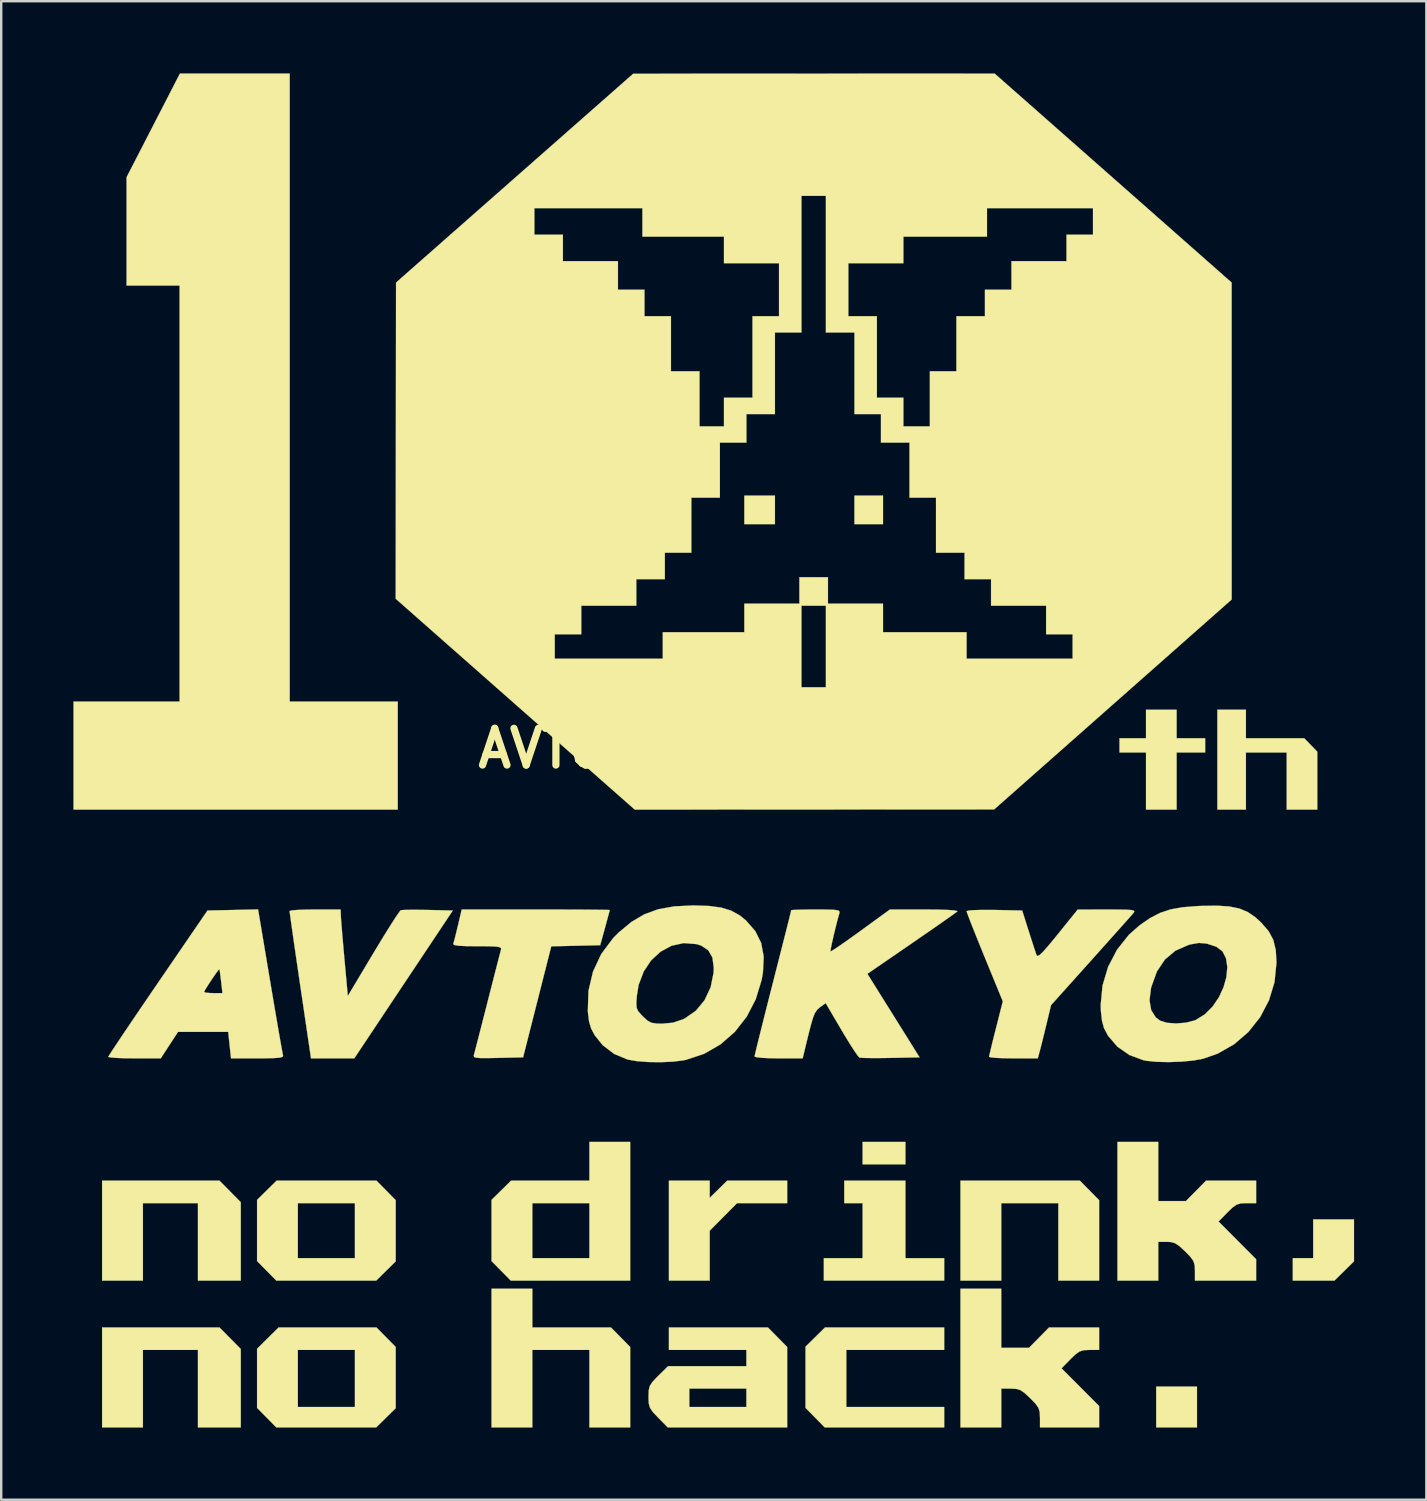
<source format=kicad_pcb>
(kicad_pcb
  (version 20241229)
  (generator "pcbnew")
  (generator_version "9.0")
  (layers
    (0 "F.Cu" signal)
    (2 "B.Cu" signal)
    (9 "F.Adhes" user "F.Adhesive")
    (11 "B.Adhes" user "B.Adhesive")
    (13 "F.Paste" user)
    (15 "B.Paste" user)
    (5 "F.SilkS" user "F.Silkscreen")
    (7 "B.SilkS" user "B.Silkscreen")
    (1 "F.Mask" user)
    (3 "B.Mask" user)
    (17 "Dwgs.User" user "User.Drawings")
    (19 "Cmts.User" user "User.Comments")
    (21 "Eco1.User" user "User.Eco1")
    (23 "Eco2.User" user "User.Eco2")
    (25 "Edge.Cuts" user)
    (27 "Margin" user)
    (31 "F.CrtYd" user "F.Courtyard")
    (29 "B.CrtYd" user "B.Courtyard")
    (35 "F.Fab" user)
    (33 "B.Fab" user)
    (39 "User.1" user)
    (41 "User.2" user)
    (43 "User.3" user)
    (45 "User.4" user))
  (footprint "AVTOKYO_10TH"
    (layer "F.Cu")
    (at 25.151 28.03)
    (property "Reference" "AVTOKYO_10TH" (at 0 0 0) (layer "F.SilkS") (effects (font (size 1.524 1.524) (thickness 0.3))))
    (attr through_hole)
    (fp_poly (pts (xy 3.979 -9.313) (xy 2.709 -9.313) (xy 2.709 -10.499) (xy 3.979 -10.499) (xy 3.979 -9.313)) (stroke (width 0.01) (type solid)) (fill yes) (layer "F.SilkS"))
    (fp_poly (pts (xy 8.467 -9.313) (xy 7.281 -9.313) (xy 7.281 -10.499) (xy 8.467 -10.499) (xy 8.467 -9.313)) (stroke (width 0.01) (type solid)) (fill yes) (layer "F.SilkS"))
    (fp_poly (pts (xy 9.398 17.272) (xy 7.62 17.272) (xy 7.62 16.341) (xy 9.398 16.341) (xy 9.398 17.272)) (stroke (width 0.01) (type solid)) (fill yes) (layer "F.SilkS"))
    (fp_poly (pts (xy 21.505 28.194) (xy 19.812 28.194) (xy 19.812 26.501) (xy 21.505 26.501) (xy 21.505 28.194)) (stroke (width 0.01) (type solid)) (fill yes) (layer "F.SilkS"))
    (fp_poly (pts (xy 28.025 21.3) (xy 27.215 22.098) (xy 25.485 22.098) (xy 25.485 21.167) (xy 26.331 21.167) (xy 26.331 19.558) (xy 28.025 19.558) (xy 28.025 21.3)) (stroke (width 0.01) (type solid)) (fill yes) (layer "F.SilkS"))
    (fp_poly (pts (xy 17.441 18.759) (xy 17.441 22.098) (xy 15.748 22.098) (xy 15.748 18.881) (xy 13.377 18.881) (xy 13.377 22.098) (xy 11.684 22.098) (xy 11.684 17.949) (xy 16.643 17.949) (xy 17.441 18.759)) (stroke (width 0.01) (type solid)) (fill yes) (layer "F.SilkS"))
    (fp_poly (pts (xy -18.645 18.396) (xy -18.203 18.844) (xy -18.203 22.098) (xy -19.981 22.098) (xy -19.981 18.881) (xy -22.267 18.881) (xy -22.267 22.098) (xy -23.961 22.098) (xy -23.961 17.949) (xy -19.087 17.949) (xy -18.645 18.396)) (stroke (width 0.01) (type solid)) (fill yes) (layer "F.SilkS"))
    (fp_poly (pts (xy -18.645 24.492) (xy -18.203 24.94) (xy -18.203 28.194) (xy -19.981 28.194) (xy -19.981 24.977) (xy -22.267 24.977) (xy -22.267 28.194) (xy -23.961 28.194) (xy -23.961 24.045) (xy -19.087 24.045) (xy -18.645 24.492)) (stroke (width 0.01) (type solid)) (fill yes) (layer "F.SilkS"))
    (fp_poly (pts (xy 9.398 21.167) (xy 11.007 21.167) (xy 11.007 22.098) (xy 6.011 22.098) (xy 6.011 21.167) (xy 7.62 21.167) (xy 7.62 18.881) (xy 6.858 18.881) (xy 6.858 17.949) (xy 9.398 17.949) (xy 9.398 21.167)) (stroke (width 0.01) (type solid)) (fill yes) (layer "F.SilkS"))
    (fp_poly (pts (xy 11.007 24.977) (xy 6.943 24.977) (xy 6.943 27.347) (xy 11.007 27.347) (xy 11.007 28.194) (xy 6.047 28.194) (xy 5.249 27.384) (xy 5.249 24.843) (xy 6.059 24.045) (xy 11.007 24.045) (xy 11.007 24.977)) (stroke (width 0.01) (type solid)) (fill yes) (layer "F.SilkS"))
    (fp_poly (pts (xy -6.096 24.045) (xy -2.83 24.045) (xy -2.032 24.855) (xy -2.032 28.194) (xy -3.725 28.194) (xy -3.725 24.977) (xy -6.096 24.977) (xy -6.096 28.194) (xy -7.789 28.194) (xy -7.789 22.437) (xy -6.096 22.437) (xy -6.096 24.045)) (stroke (width 0.01) (type solid)) (fill yes) (layer "F.SilkS"))
    (fp_poly (pts (xy 1.27 18.662) (xy 1.996 17.949) (xy 4.487 17.949) (xy 4.487 18.881) (xy 2.408 18.881) (xy 1.839 19.454) (xy 1.27 20.028) (xy 1.27 22.098) (xy -0.423 22.098) (xy -0.423 17.949) (xy 1.27 17.949) (xy 1.27 18.662)) (stroke (width 0.01) (type solid)) (fill yes) (layer "F.SilkS"))
    (fp_poly (pts (xy 23.537 -0.423) (xy 25.959 -0.423) (xy 26.501 0.135) (xy 26.501 2.54) (xy 25.231 2.54) (xy 25.231 0.169) (xy 23.537 0.169) (xy 23.537 2.54) (xy 22.352 2.54) (xy 22.352 -1.609) (xy 23.537 -1.609) (xy 23.537 -0.423)) (stroke (width 0.01) (type solid)) (fill yes) (layer "F.SilkS"))
    (fp_poly (pts (xy -16.171 -1.947) (xy -11.684 -1.947) (xy -11.684 2.54) (xy -25.146 2.54) (xy -25.146 -1.947) (xy -20.743 -1.947) (xy -20.743 -19.219) (xy -22.945 -19.219) (xy -22.945 -23.72) (xy -21.837 -25.872) (xy -20.73 -28.025) (xy -16.171 -28.025) (xy -16.171 -1.947)) (stroke (width 0.01) (type solid)) (fill yes) (layer "F.SilkS"))
    (fp_poly (pts (xy 20.659 -0.423) (xy 21.844 -0.423) (xy 21.844 0.169) (xy 20.659 0.169) (xy 20.659 2.54) (xy 19.389 2.54) (xy 19.389 0.169) (xy 18.288 0.169) (xy 18.288 -0.423) (xy 19.389 -0.423) (xy 19.389 -1.609) (xy 20.659 -1.609) (xy 20.659 -0.423)) (stroke (width 0.01) (type solid)) (fill yes) (layer "F.SilkS"))
    (fp_poly (pts (xy -11.769 18.759) (xy -11.769 21.3) (xy -12.579 22.098) (xy -16.728 22.098) (xy -17.526 21.288) (xy -17.526 18.881) (xy -15.833 18.881) (xy -15.833 21.167) (xy -13.462 21.167) (xy -13.462 18.881) (xy -15.833 18.881) (xy -17.526 18.881) (xy -17.526 18.747) (xy -16.716 17.949) (xy -12.567 17.949) (xy -11.769 18.759)) (stroke (width 0.01) (type solid)) (fill yes) (layer "F.SilkS"))
    (fp_poly (pts (xy -11.769 24.855) (xy -11.769 27.396) (xy -12.579 28.194) (xy -16.728 28.194) (xy -17.526 27.384) (xy -17.526 24.977) (xy -15.833 24.977) (xy -15.833 27.347) (xy -13.462 27.347) (xy -13.462 24.977) (xy -15.833 24.977) (xy -17.526 24.977) (xy -17.526 24.929) (xy -17.079 24.487) (xy -16.632 24.045) (xy -12.567 24.045) (xy -11.769 24.855)) (stroke (width 0.01) (type solid)) (fill yes) (layer "F.SilkS"))
    (fp_poly (pts (xy -2.032 22.098) (xy -6.991 22.098) (xy -7.39 21.693) (xy -7.789 21.288) (xy -7.789 18.881) (xy -6.096 18.881) (xy -6.096 21.167) (xy -3.725 21.167) (xy -3.725 18.881) (xy -6.096 18.881) (xy -7.789 18.881) (xy -7.789 18.747) (xy -7.384 18.348) (xy -6.979 17.949) (xy -3.725 17.949) (xy -3.725 16.341) (xy -2.032 16.341) (xy -2.032 22.098)) (stroke (width 0.01) (type solid)) (fill yes) (layer "F.SilkS"))
    (fp_poly (pts (xy 4.487 24.855) (xy 4.487 28.194) (xy -0.472 28.194) (xy -0.871 27.789) (xy -1.086 27.561) (xy -1.205 27.389) (xy -1.258 27.213) (xy -1.27 26.972) (xy -1.27 26.918) (xy -1.262 26.66) (xy -1.245 26.585) (xy 0.423 26.585) (xy 0.423 27.347) (xy 2.794 27.347) (xy 2.794 26.585) (xy 0.423 26.585) (xy -1.245 26.585) (xy -1.22 26.479) (xy -1.115 26.315) (xy -0.921 26.108) (xy -0.865 26.053) (xy -0.46 25.654) (xy 2.794 25.654) (xy 2.794 24.977) (xy -0.423 24.977) (xy -0.423 24.045) (xy 3.689 24.045) (xy 4.487 24.855)) (stroke (width 0.01) (type solid)) (fill yes) (layer "F.SilkS"))
    (fp_poly (pts (xy 13.377 24.892) (xy 14.527 24.892) (xy 14.944 24.469) (xy 15.361 24.045) (xy 17.441 24.045) (xy 17.441 24.977) (xy 17.036 24.977) (xy 16.797 24.989) (xy 16.621 25.045) (xy 16.444 25.174) (xy 16.255 25.359) (xy 15.88 25.741) (xy 16.661 26.524) (xy 17.441 27.308) (xy 17.441 28.194) (xy 14.986 28.194) (xy 14.986 27.789) (xy 14.975 27.558) (xy 14.923 27.384) (xy 14.801 27.212) (xy 14.582 26.985) (xy 14.581 26.984) (xy 14.348 26.767) (xy 14.171 26.646) (xy 13.994 26.595) (xy 13.777 26.585) (xy 13.377 26.585) (xy 13.377 28.194) (xy 11.684 28.194) (xy 11.684 22.437) (xy 13.377 22.437) (xy 13.377 24.892)) (stroke (width 0.01) (type solid)) (fill yes) (layer "F.SilkS"))
    (fp_poly (pts (xy 19.897 18.796) (xy 21.046 18.796) (xy 21.463 18.373) (xy 21.88 17.949) (xy 23.961 17.949) (xy 23.961 18.881) (xy 23.555 18.881) (xy 23.317 18.893) (xy 23.14 18.949) (xy 22.964 19.078) (xy 22.774 19.263) (xy 22.4 19.645) (xy 23.18 20.428) (xy 23.961 21.212) (xy 23.961 22.098) (xy 21.421 22.098) (xy 21.421 21.693) (xy 21.41 21.462) (xy 21.358 21.288) (xy 21.236 21.116) (xy 21.016 20.889) (xy 21.016 20.888) (xy 20.778 20.668) (xy 20.596 20.547) (xy 20.416 20.497) (xy 20.254 20.489) (xy 19.897 20.489) (xy 19.897 22.098) (xy 18.203 22.098) (xy 18.203 16.341) (xy 19.897 16.341) (xy 19.897 18.796)) (stroke (width 0.01) (type solid)) (fill yes) (layer "F.SilkS"))
    (fp_poly (pts (xy -14.049 6.921) (xy -14.04 7.079) (xy -14.017 7.373) (xy -13.984 7.772) (xy -13.943 8.245) (xy -13.901 8.717) (xy -13.758 10.281) (xy -12.705 8.518) (xy -12.408 8.026) (xy -12.136 7.584) (xy -11.901 7.212) (xy -11.717 6.931) (xy -11.597 6.761) (xy -11.557 6.719) (xy -11.44 6.707) (xy -11.19 6.701) (xy -10.844 6.701) (xy -10.438 6.707) (xy -10.431 6.707) (xy -9.398 6.731) (xy -11.444 9.8) (xy -13.489 12.869) (xy -15.286 12.869) (xy -15.733 9.842) (xy -15.835 9.146) (xy -15.929 8.502) (xy -16.012 7.931) (xy -16.08 7.451) (xy -16.132 7.082) (xy -16.165 6.842) (xy -16.175 6.752) (xy -16.094 6.728) (xy -15.876 6.708) (xy -15.554 6.694) (xy -15.158 6.689) (xy -15.113 6.689) (xy -14.055 6.689) (xy -14.049 6.921)) (stroke (width 0.01) (type solid)) (fill yes) (layer "F.SilkS"))
    (fp_poly (pts (xy -5.251 6.689) (xy -4.605 6.691) (xy -4.034 6.693) (xy -3.557 6.697) (xy -3.194 6.701) (xy -2.962 6.705) (xy -2.88 6.71) (xy -2.88 6.71) (xy -2.901 6.795) (xy -2.958 7.006) (xy -3.038 7.303) (xy -3.079 7.451) (xy -3.277 8.17) (xy -4.293 8.194) (xy -5.309 8.218) (xy -6.479 12.827) (xy -7.522 12.851) (xy -7.957 12.859) (xy -8.249 12.858) (xy -8.424 12.844) (xy -8.508 12.815) (xy -8.528 12.766) (xy -8.52 12.724) (xy -8.487 12.602) (xy -8.419 12.341) (xy -8.322 11.964) (xy -8.202 11.497) (xy -8.065 10.962) (xy -7.958 10.541) (xy -7.813 9.973) (xy -7.68 9.454) (xy -7.566 9.008) (xy -7.476 8.661) (xy -7.417 8.435) (xy -7.397 8.361) (xy -7.393 8.299) (xy -7.439 8.257) (xy -7.563 8.231) (xy -7.79 8.218) (xy -8.146 8.213) (xy -8.385 8.213) (xy -8.837 8.209) (xy -9.139 8.195) (xy -9.313 8.169) (xy -9.377 8.13) (xy -9.376 8.107) (xy -9.339 7.978) (xy -9.276 7.732) (xy -9.2 7.418) (xy -9.182 7.345) (xy -9.028 6.689) (xy -5.954 6.689) (xy -5.251 6.689)) (stroke (width 0.01) (type solid)) (fill yes) (layer "F.SilkS"))
    (fp_poly (pts (xy -16.983 9.671) (xy -16.866 10.364) (xy -16.757 11.006) (xy -16.659 11.577) (xy -16.575 12.059) (xy -16.509 12.43) (xy -16.464 12.672) (xy -16.445 12.764) (xy -16.468 12.809) (xy -16.591 12.84) (xy -16.831 12.859) (xy -17.208 12.868) (xy -17.507 12.869) (xy -18.607 12.869) (xy -18.666 12.319) (xy -18.725 11.769) (xy -20.808 11.769) (xy -21.525 12.869) (xy -22.616 12.869) (xy -23.023 12.865) (xy -23.361 12.852) (xy -23.598 12.833) (xy -23.702 12.81) (xy -23.704 12.806) (xy -23.657 12.725) (xy -23.524 12.519) (xy -23.315 12.203) (xy -23.039 11.791) (xy -22.706 11.298) (xy -22.327 10.739) (xy -21.911 10.128) (xy -21.903 10.116) (xy -19.727 10.116) (xy -19.652 10.142) (xy -19.46 10.158) (xy -19.346 10.16) (xy -18.964 10.16) (xy -19.019 9.673) (xy -19.051 9.407) (xy -19.078 9.222) (xy -19.091 9.164) (xy -19.142 9.215) (xy -19.253 9.367) (xy -19.396 9.575) (xy -19.541 9.796) (xy -19.66 9.986) (xy -19.723 10.103) (xy -19.727 10.116) (xy -21.903 10.116) (xy -21.643 9.737) (xy -19.585 6.731) (xy -18.534 6.708) (xy -17.484 6.684) (xy -16.983 9.671)) (stroke (width 0.01) (type solid)) (fill yes) (layer "F.SilkS"))
    (fp_poly (pts (xy 18.244 6.691) (xy 18.572 6.696) (xy 18.776 6.71) (xy 18.879 6.734) (xy 18.905 6.771) (xy 18.874 6.825) (xy 18.87 6.83) (xy 18.785 6.928) (xy 18.603 7.134) (xy 18.337 7.432) (xy 18.005 7.804) (xy 17.621 8.233) (xy 17.201 8.703) (xy 17.099 8.816) (xy 15.444 10.661) (xy 15.245 11.49) (xy 15.151 11.877) (xy 15.063 12.231) (xy 14.994 12.501) (xy 14.969 12.594) (xy 14.893 12.869) (xy 13.881 12.869) (xy 13.49 12.864) (xy 13.17 12.851) (xy 12.952 12.831) (xy 12.871 12.806) (xy 12.871 12.806) (xy 12.892 12.705) (xy 12.947 12.471) (xy 13.028 12.138) (xy 13.129 11.737) (xy 13.158 11.622) (xy 13.442 10.502) (xy 12.69 8.668) (xy 12.477 8.146) (xy 12.288 7.675) (xy 12.131 7.279) (xy 12.015 6.979) (xy 11.949 6.8) (xy 11.938 6.759) (xy 12.018 6.733) (xy 12.236 6.715) (xy 12.562 6.705) (xy 12.965 6.705) (xy 13.093 6.707) (xy 14.247 6.731) (xy 14.516 7.581) (xy 14.634 7.95) (xy 14.738 8.27) (xy 14.814 8.5) (xy 14.843 8.584) (xy 14.885 8.619) (xy 14.968 8.58) (xy 15.105 8.451) (xy 15.311 8.22) (xy 15.599 7.872) (xy 15.727 7.714) (xy 16.552 6.691) (xy 17.769 6.69) (xy 18.244 6.691)) (stroke (width 0.01) (type solid)) (fill yes) (layer "F.SilkS"))
    (fp_poly (pts (xy 1.24 6.541) (xy 1.752 6.61) (xy 2.167 6.738) (xy 2.521 6.935) (xy 2.773 7.139) (xy 3.163 7.584) (xy 3.408 8.081) (xy 3.513 8.646) (xy 3.482 9.295) (xy 3.428 9.61) (xy 3.183 10.414) (xy 2.807 11.139) (xy 2.314 11.769) (xy 1.72 12.288) (xy 1.041 12.68) (xy 0.291 12.929) (xy 0.179 12.952) (xy -0.249 13.006) (xy -0.755 13.029) (xy -1.278 13.022) (xy -1.757 12.985) (xy -2.133 12.92) (xy -2.144 12.917) (xy -2.698 12.686) (xy -3.176 12.321) (xy -3.503 11.913) (xy -3.652 11.632) (xy -3.739 11.342) (xy -3.785 10.969) (xy -3.79 10.898) (xy -3.78 10.578) (xy -1.776 10.578) (xy -1.763 10.77) (xy -1.7 10.912) (xy -1.569 11.063) (xy -1.501 11.131) (xy -1.315 11.302) (xy -1.148 11.391) (xy -0.934 11.425) (xy -0.702 11.43) (xy -0.253 11.389) (xy 0.159 11.249) (xy 0.24 11.21) (xy 0.699 10.89) (xy 1.061 10.449) (xy 1.31 9.916) (xy 1.431 9.319) (xy 1.439 9.105) (xy 1.384 8.684) (xy 1.211 8.381) (xy 0.914 8.185) (xy 0.72 8.125) (xy 0.192 8.082) (xy -0.31 8.192) (xy -0.768 8.437) (xy -1.162 8.8) (xy -1.472 9.265) (xy -1.68 9.814) (xy -1.756 10.276) (xy -1.776 10.578) (xy -3.78 10.578) (xy -3.763 10.061) (xy -3.576 9.27) (xy -3.234 8.538) (xy -2.743 7.88) (xy -2.506 7.64) (xy -1.979 7.204) (xy -1.443 6.887) (xy -0.861 6.676) (xy -0.198 6.558) (xy 0.583 6.52) (xy 0.598 6.52) (xy 1.24 6.541)) (stroke (width 0.01) (type solid)) (fill yes) (layer "F.SilkS"))
    (fp_poly (pts (xy 22.851 6.563) (xy 23.265 6.648) (xy 23.613 6.793) (xy 23.926 7.007) (xy 24.175 7.235) (xy 24.482 7.592) (xy 24.677 7.957) (xy 24.778 8.38) (xy 24.806 8.9) (xy 24.725 9.704) (xy 24.493 10.464) (xy 24.127 11.16) (xy 23.64 11.774) (xy 23.047 12.285) (xy 22.364 12.674) (xy 21.766 12.883) (xy 21.361 12.959) (xy 20.862 13.006) (xy 20.328 13.025) (xy 19.82 13.013) (xy 19.398 12.97) (xy 19.282 12.947) (xy 18.697 12.73) (xy 18.2 12.385) (xy 17.813 11.933) (xy 17.645 11.617) (xy 17.561 11.311) (xy 17.514 10.891) (xy 17.507 10.648) (xy 17.525 10.46) (xy 19.534 10.46) (xy 19.603 10.865) (xy 19.796 11.172) (xy 19.978 11.306) (xy 20.264 11.394) (xy 20.641 11.421) (xy 21.041 11.389) (xy 21.397 11.299) (xy 21.463 11.272) (xy 21.836 11.038) (xy 22.156 10.716) (xy 22.416 10.333) (xy 22.609 9.914) (xy 22.728 9.488) (xy 22.765 9.08) (xy 22.713 8.718) (xy 22.565 8.428) (xy 22.314 8.236) (xy 22.292 8.228) (xy 21.911 8.104) (xy 21.585 8.076) (xy 21.232 8.137) (xy 21.151 8.16) (xy 20.609 8.398) (xy 20.173 8.765) (xy 19.841 9.263) (xy 19.612 9.895) (xy 19.594 9.969) (xy 19.534 10.46) (xy 17.525 10.46) (xy 17.584 9.844) (xy 17.814 9.073) (xy 18.183 8.361) (xy 18.679 7.737) (xy 19.112 7.353) (xy 19.546 7.051) (xy 19.96 6.834) (xy 20.398 6.686) (xy 20.905 6.595) (xy 21.525 6.546) (xy 21.69 6.539) (xy 22.337 6.53) (xy 22.851 6.563)) (stroke (width 0.01) (type solid)) (fill yes) (layer "F.SilkS"))
    (fp_poly (pts (xy 10.741 6.693) (xy 11.157 6.706) (xy 11.431 6.726) (xy 11.551 6.754) (xy 11.553 6.769) (xy 11.464 6.836) (xy 11.254 6.986) (xy 10.944 7.205) (xy 10.552 7.478) (xy 10.097 7.792) (xy 9.645 8.104) (xy 7.818 9.359) (xy 8.902 11.093) (xy 9.985 12.827) (xy 8.785 12.851) (xy 8.346 12.857) (xy 7.965 12.857) (xy 7.676 12.852) (xy 7.511 12.842) (xy 7.489 12.837) (xy 7.414 12.754) (xy 7.273 12.551) (xy 7.082 12.254) (xy 6.859 11.889) (xy 6.74 11.689) (xy 6.088 10.577) (xy 5.846 10.749) (xy 5.736 10.846) (xy 5.645 10.978) (xy 5.562 11.178) (xy 5.473 11.48) (xy 5.367 11.895) (xy 5.13 12.869) (xy 4.131 12.869) (xy 3.743 12.863) (xy 3.425 12.847) (xy 3.21 12.822) (xy 3.133 12.793) (xy 3.153 12.696) (xy 3.211 12.453) (xy 3.301 12.085) (xy 3.42 11.609) (xy 3.562 11.044) (xy 3.722 10.409) (xy 3.895 9.732) (xy 4.069 9.049) (xy 4.229 8.42) (xy 4.371 7.862) (xy 4.489 7.395) (xy 4.579 7.036) (xy 4.636 6.804) (xy 4.657 6.718) (xy 4.657 6.718) (xy 4.736 6.707) (xy 4.952 6.698) (xy 5.272 6.691) (xy 5.663 6.689) (xy 5.678 6.689) (xy 6.109 6.691) (xy 6.396 6.699) (xy 6.567 6.718) (xy 6.647 6.752) (xy 6.663 6.804) (xy 6.656 6.837) (xy 6.58 7.109) (xy 6.498 7.433) (xy 6.417 7.768) (xy 6.348 8.073) (xy 6.301 8.305) (xy 6.285 8.424) (xy 6.287 8.432) (xy 6.361 8.394) (xy 6.55 8.271) (xy 6.83 8.079) (xy 7.18 7.831) (xy 7.535 7.575) (xy 8.753 6.689) (xy 10.193 6.689) (xy 10.741 6.693)) (stroke (width 0.01) (type solid)) (fill yes) (layer "F.SilkS"))
    (fp_poly (pts (xy 18.023 -23.686) (xy 22.944 -19.346) (xy 22.945 -6.185) (xy 18.013 -1.826) (xy 13.081 2.533) (xy -1.842 2.54) (xy -6.805 -1.838) (xy -10.097 -4.741) (xy -5.165 -4.741) (xy -5.165 -3.725) (xy -0.677 -3.725) (xy -0.677 -4.826) (xy 2.709 -4.826) (xy 2.709 -5.927) (xy 5.08 -5.927) (xy 5.08 -2.54) (xy 6.096 -2.54) (xy 6.096 -5.927) (xy 5.08 -5.927) (xy 2.709 -5.927) (xy 2.709 -6.011) (xy 4.995 -6.011) (xy 4.995 -7.112) (xy 6.181 -7.112) (xy 6.181 -6.011) (xy 8.467 -6.011) (xy 8.467 -4.826) (xy 11.938 -4.826) (xy 11.938 -3.725) (xy 16.341 -3.725) (xy 16.341 -4.741) (xy 15.24 -4.741) (xy 15.24 -5.927) (xy 12.954 -5.927) (xy 12.954 -7.027) (xy 11.853 -7.027) (xy 11.853 -8.128) (xy 10.668 -8.128) (xy 10.668 -10.414) (xy 9.567 -10.414) (xy 9.567 -12.7) (xy 8.382 -12.7) (xy 8.382 -13.885) (xy 7.281 -13.885) (xy 7.281 -17.272) (xy 6.096 -17.272) (xy 6.096 -20.151) (xy 7.027 -20.151) (xy 7.027 -17.949) (xy 8.213 -17.949) (xy 8.213 -14.563) (xy 9.313 -14.563) (xy 9.313 -13.377) (xy 10.414 -13.377) (xy 10.414 -15.663) (xy 11.515 -15.663) (xy 11.515 -17.949) (xy 12.7 -17.949) (xy 12.7 -19.05) (xy 13.801 -19.05) (xy 13.801 -20.235) (xy 16.087 -20.235) (xy 16.087 -21.336) (xy 17.187 -21.336) (xy 17.187 -22.437) (xy 12.785 -22.437) (xy 12.785 -21.251) (xy 9.313 -21.251) (xy 9.313 -20.151) (xy 7.027 -20.151) (xy 6.096 -20.151) (xy 6.096 -22.945) (xy 5.08 -22.945) (xy 5.08 -17.272) (xy 3.979 -17.272) (xy 3.979 -13.885) (xy 2.794 -13.885) (xy 2.794 -12.7) (xy 1.693 -12.7) (xy 1.693 -10.414) (xy 0.508 -10.414) (xy 0.508 -8.128) (xy -0.593 -8.128) (xy -0.593 -7.027) (xy -1.778 -7.027) (xy -1.778 -5.927) (xy -4.064 -5.927) (xy -4.064 -4.741) (xy -5.165 -4.741) (xy -10.097 -4.741) (xy -11.769 -6.216) (xy -11.762 -12.781) (xy -11.755 -19.346) (xy -8.245 -22.437) (xy -6.011 -22.437) (xy -6.011 -21.336) (xy -4.826 -21.336) (xy -4.826 -20.235) (xy -2.54 -20.235) (xy -2.54 -19.05) (xy -1.439 -19.05) (xy -1.439 -17.949) (xy -0.339 -17.949) (xy -0.339 -15.663) (xy 0.847 -15.663) (xy 0.847 -13.377) (xy 1.863 -13.377) (xy 1.863 -14.563) (xy 3.048 -14.563) (xy 3.048 -17.949) (xy 4.149 -17.949) (xy 4.149 -20.151) (xy 1.863 -20.151) (xy 1.863 -21.251) (xy -1.524 -21.251) (xy -1.524 -22.437) (xy -6.011 -22.437) (xy -8.245 -22.437) (xy -6.83 -23.683) (xy -1.905 -28.019) (xy 13.102 -28.025) (xy 18.023 -23.686)) (stroke (width 0.01) (type solid)) (fill yes) (layer "F.SilkS")))
  (gr_rect
    (start -3 -3)
    (end 56.181 59.229)
    (stroke (width 0.1) (type default))
    (fill no)
    (layer "Edge.Cuts")))
</source>
